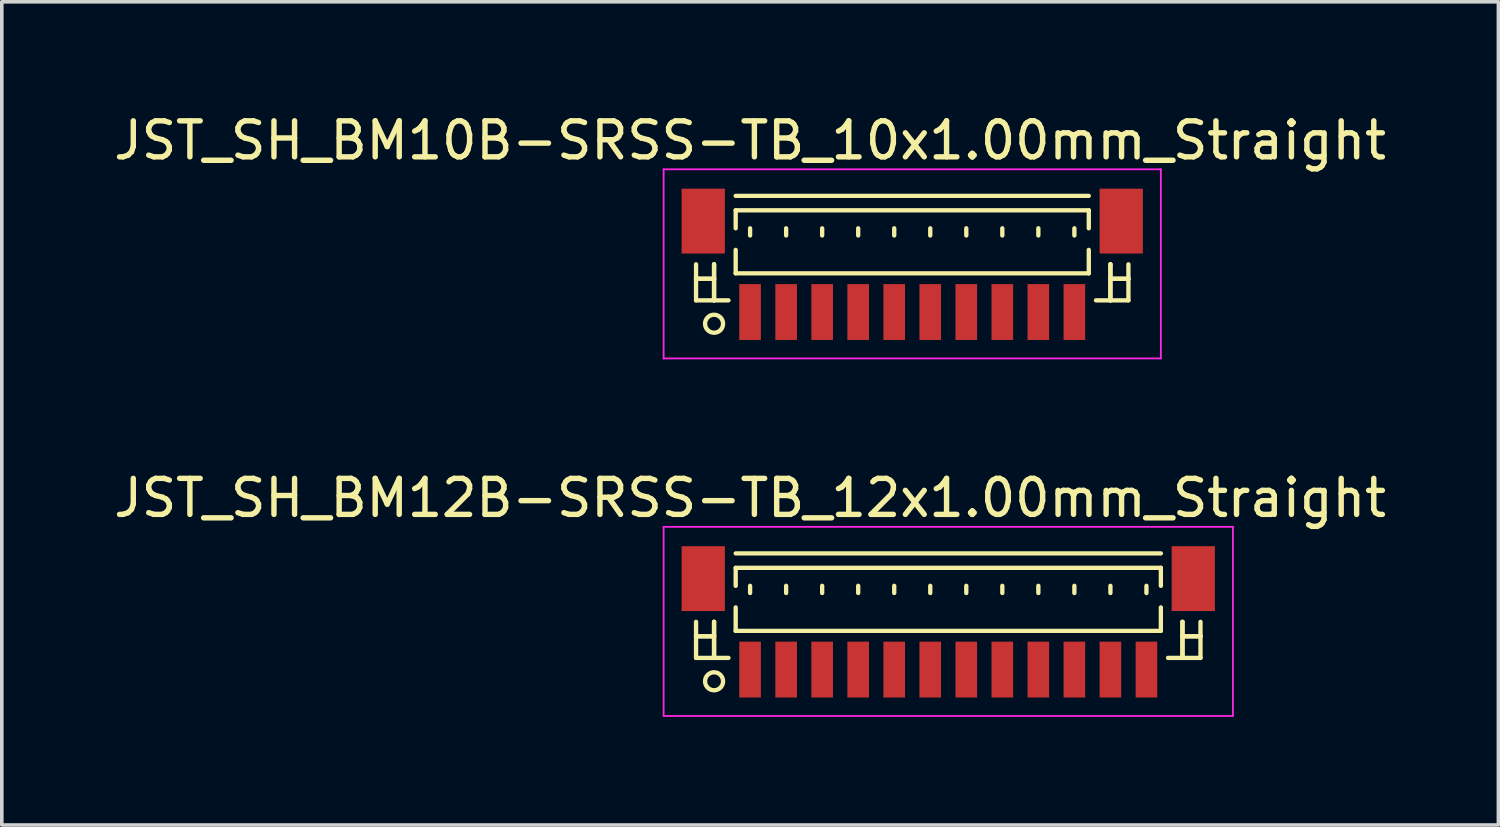
<source format=kicad_pcb>
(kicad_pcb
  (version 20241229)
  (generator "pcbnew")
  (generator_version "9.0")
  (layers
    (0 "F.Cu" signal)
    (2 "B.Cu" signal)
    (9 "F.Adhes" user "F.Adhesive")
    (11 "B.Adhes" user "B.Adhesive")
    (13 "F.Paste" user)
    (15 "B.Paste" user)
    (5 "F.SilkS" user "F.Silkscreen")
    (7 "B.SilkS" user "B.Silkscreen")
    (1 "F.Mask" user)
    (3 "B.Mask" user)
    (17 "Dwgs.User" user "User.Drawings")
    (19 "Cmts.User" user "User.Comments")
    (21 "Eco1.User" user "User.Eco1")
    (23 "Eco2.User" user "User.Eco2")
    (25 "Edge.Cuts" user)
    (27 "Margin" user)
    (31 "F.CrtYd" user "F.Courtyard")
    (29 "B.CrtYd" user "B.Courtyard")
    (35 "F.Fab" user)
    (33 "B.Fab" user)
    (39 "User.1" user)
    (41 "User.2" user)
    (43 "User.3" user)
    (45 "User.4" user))
  (footprint "JST_SH_BM12B-SRSS-TB_12x1.00mm_Straight"
    (layer "F.Cu")
    (at 23.268 14.271)
    (property "Reference" "JST_SH_BM12B-SRSS-TB_12x1.00mm_Straight" (at -5.5 -3.5 0) (layer "F.SilkS") (effects (font (size 1 1) (thickness 0.15))))
    (attr smd)
    (fp_line (start -7 -0.062) (end -7 0.938) (stroke (width 0.12) (type solid)) (layer "F.SilkS"))
    (fp_line (start -7 0.338) (end -7 0.338) (stroke (width 0.12) (type solid)) (layer "F.SilkS"))
    (fp_line (start -7 0.338) (end -6.5 0.338) (stroke (width 0.12) (type solid)) (layer "F.SilkS"))
    (fp_line (start -7 0.938) (end -6.1 0.938) (stroke (width 0.12) (type solid)) (layer "F.SilkS"))
    (fp_line (start -6.5 -0.062) (end -6.5 -0.062) (stroke (width 0.12) (type solid)) (layer "F.SilkS"))
    (fp_line (start -6.5 -0.062) (end -6.5 0.938) (stroke (width 0.12) (type solid)) (layer "F.SilkS"))
    (fp_line (start -6.5 0.338) (end -7 0.338) (stroke (width 0.12) (type solid)) (layer "F.SilkS"))
    (fp_line (start -6.5 0.338) (end -6.5 0.338) (stroke (width 0.12) (type solid)) (layer "F.SilkS"))
    (fp_line (start -6.5 0.938) (end -6.5 -0.062) (stroke (width 0.12) (type solid)) (layer "F.SilkS"))
    (fp_line (start -6.5 0.938) (end -6.5 0.938) (stroke (width 0.12) (type solid)) (layer "F.SilkS"))
    (fp_line (start -5.9 -1.962) (end 5.9 -1.962) (stroke (width 0.12) (type solid)) (layer "F.SilkS"))
    (fp_line (start -5.9 -1.562) (end 5.9 -1.562) (stroke (width 0.12) (type solid)) (layer "F.SilkS"))
    (fp_line (start -5.9 -1.062) (end -5.9 -1.562) (stroke (width 0.12) (type solid)) (layer "F.SilkS"))
    (fp_line (start -5.9 -0.463) (end -5.9 0.188) (stroke (width 0.12) (type solid)) (layer "F.SilkS"))
    (fp_line (start -5.9 0.188) (end 5.9 0.188) (stroke (width 0.12) (type solid)) (layer "F.SilkS"))
    (fp_line (start -5.5 -1.062) (end -5.5 -0.863) (stroke (width 0.12) (type solid)) (layer "F.SilkS"))
    (fp_line (start -4.5 -1.062) (end -4.5 -0.863) (stroke (width 0.12) (type solid)) (layer "F.SilkS"))
    (fp_line (start -3.5 -1.062) (end -3.5 -0.863) (stroke (width 0.12) (type solid)) (layer "F.SilkS"))
    (fp_line (start -2.5 -1.062) (end -2.5 -0.863) (stroke (width 0.12) (type solid)) (layer "F.SilkS"))
    (fp_line (start -1.5 -1.062) (end -1.5 -0.863) (stroke (width 0.12) (type solid)) (layer "F.SilkS"))
    (fp_line (start -0.5 -1.062) (end -0.5 -0.863) (stroke (width 0.12) (type solid)) (layer "F.SilkS"))
    (fp_line (start 0.5 -1.062) (end 0.5 -0.863) (stroke (width 0.12) (type solid)) (layer "F.SilkS"))
    (fp_line (start 1.5 -1.062) (end 1.5 -0.863) (stroke (width 0.12) (type solid)) (layer "F.SilkS"))
    (fp_line (start 2.5 -1.062) (end 2.5 -0.863) (stroke (width 0.12) (type solid)) (layer "F.SilkS"))
    (fp_line (start 3.5 -1.062) (end 3.5 -0.863) (stroke (width 0.12) (type solid)) (layer "F.SilkS"))
    (fp_line (start 4.5 -1.062) (end 4.5 -0.863) (stroke (width 0.12) (type solid)) (layer "F.SilkS"))
    (fp_line (start 5.5 -1.062) (end 5.5 -0.863) (stroke (width 0.12) (type solid)) (layer "F.SilkS"))
    (fp_line (start 5.9 -1.562) (end 5.9 -1.062) (stroke (width 0.12) (type solid)) (layer "F.SilkS"))
    (fp_line (start 5.9 0.188) (end 5.9 -0.463) (stroke (width 0.12) (type solid)) (layer "F.SilkS"))
    (fp_line (start 6.5 -0.062) (end 6.5 -0.062) (stroke (width 0.12) (type solid)) (layer "F.SilkS"))
    (fp_line (start 6.5 -0.062) (end 6.5 0.938) (stroke (width 0.12) (type solid)) (layer "F.SilkS"))
    (fp_line (start 6.5 0.338) (end 6.5 0.338) (stroke (width 0.12) (type solid)) (layer "F.SilkS"))
    (fp_line (start 6.5 0.338) (end 7 0.338) (stroke (width 0.12) (type solid)) (layer "F.SilkS"))
    (fp_line (start 6.5 0.938) (end 6.5 -0.062) (stroke (width 0.12) (type solid)) (layer "F.SilkS"))
    (fp_line (start 6.5 0.938) (end 6.5 0.938) (stroke (width 0.12) (type solid)) (layer "F.SilkS"))
    (fp_line (start 7 -0.062) (end 7 0.938) (stroke (width 0.12) (type solid)) (layer "F.SilkS"))
    (fp_line (start 7 0.338) (end 6.5 0.338) (stroke (width 0.12) (type solid)) (layer "F.SilkS"))
    (fp_line (start 7 0.338) (end 7 0.338) (stroke (width 0.12) (type solid)) (layer "F.SilkS"))
    (fp_line (start 7 0.938) (end 6.1 0.938) (stroke (width 0.12) (type solid)) (layer "F.SilkS"))
    (fp_circle (center -6.5 1.587) (end -6.25 1.587) (stroke (width 0.12) (type solid)) (fill no) (layer "F.SilkS"))
    (fp_line (start -7.9 -2.7) (end 7.9 -2.7) (stroke (width 0.05) (type solid)) (layer "F.CrtYd"))
    (fp_line (start -7.9 2.55) (end -7.9 -2.7) (stroke (width 0.05) (type solid)) (layer "F.CrtYd"))
    (fp_line (start 7.9 -2.7) (end 7.9 2.55) (stroke (width 0.05) (type solid)) (layer "F.CrtYd"))
    (fp_line (start 7.9 2.55) (end -7.9 2.55) (stroke (width 0.05) (type solid)) (layer "F.CrtYd"))
    (pad "" smd rect (at -6.8 -1.262) (size 1.2 1.8) (layers "F.Cu" "F.Mask" "F.Paste"))
    (pad "" smd rect (at 6.8 -1.262) (size 1.2 1.8) (layers "F.Cu" "F.Mask" "F.Paste"))
    (pad "1" smd rect (at -5.5 1.262) (size 0.6 1.55) (layers "F.Cu" "F.Mask" "F.Paste"))
    (pad "2" smd rect (at -4.5 1.262) (size 0.6 1.55) (layers "F.Cu" "F.Mask" "F.Paste"))
    (pad "3" smd rect (at -3.5 1.262) (size 0.6 1.55) (layers "F.Cu" "F.Mask" "F.Paste"))
    (pad "4" smd rect (at -2.5 1.262) (size 0.6 1.55) (layers "F.Cu" "F.Mask" "F.Paste"))
    (pad "5" smd rect (at -1.5 1.262) (size 0.6 1.55) (layers "F.Cu" "F.Mask" "F.Paste"))
    (pad "6" smd rect (at -0.5 1.262) (size 0.6 1.55) (layers "F.Cu" "F.Mask" "F.Paste"))
    (pad "7" smd rect (at 0.5 1.262) (size 0.6 1.55) (layers "F.Cu" "F.Mask" "F.Paste"))
    (pad "8" smd rect (at 1.5 1.262) (size 0.6 1.55) (layers "F.Cu" "F.Mask" "F.Paste"))
    (pad "9" smd rect (at 2.5 1.262) (size 0.6 1.55) (layers "F.Cu" "F.Mask" "F.Paste"))
    (pad "10" smd rect (at 3.5 1.262) (size 0.6 1.55) (layers "F.Cu" "F.Mask" "F.Paste"))
    (pad "11" smd rect (at 4.5 1.262) (size 0.6 1.55) (layers "F.Cu" "F.Mask" "F.Paste"))
    (pad "12" smd rect (at 5.5 1.262) (size 0.6 1.55) (layers "F.Cu" "F.Mask" "F.Paste")))
  (footprint "JST_SH_BM10B-SRSS-TB_10x1.00mm_Straight"
    (layer "F.Cu")
    (at 22.268 4.348)
    (property "Reference" "JST_SH_BM10B-SRSS-TB_10x1.00mm_Straight" (at -4.5 -3.5 0) (layer "F.SilkS") (effects (font (size 1 1) (thickness 0.15))))
    (attr smd)
    (fp_line (start -6 -0.062) (end -6 0.938) (stroke (width 0.12) (type solid)) (layer "F.SilkS"))
    (fp_line (start -6 0.338) (end -6 0.338) (stroke (width 0.12) (type solid)) (layer "F.SilkS"))
    (fp_line (start -6 0.338) (end -5.5 0.338) (stroke (width 0.12) (type solid)) (layer "F.SilkS"))
    (fp_line (start -6 0.938) (end -5.1 0.938) (stroke (width 0.12) (type solid)) (layer "F.SilkS"))
    (fp_line (start -5.5 -0.062) (end -5.5 -0.062) (stroke (width 0.12) (type solid)) (layer "F.SilkS"))
    (fp_line (start -5.5 -0.062) (end -5.5 0.938) (stroke (width 0.12) (type solid)) (layer "F.SilkS"))
    (fp_line (start -5.5 0.338) (end -6 0.338) (stroke (width 0.12) (type solid)) (layer "F.SilkS"))
    (fp_line (start -5.5 0.338) (end -5.5 0.338) (stroke (width 0.12) (type solid)) (layer "F.SilkS"))
    (fp_line (start -5.5 0.938) (end -5.5 -0.062) (stroke (width 0.12) (type solid)) (layer "F.SilkS"))
    (fp_line (start -5.5 0.938) (end -5.5 0.938) (stroke (width 0.12) (type solid)) (layer "F.SilkS"))
    (fp_line (start -4.9 -1.962) (end 4.9 -1.962) (stroke (width 0.12) (type solid)) (layer "F.SilkS"))
    (fp_line (start -4.9 -1.562) (end 4.9 -1.562) (stroke (width 0.12) (type solid)) (layer "F.SilkS"))
    (fp_line (start -4.9 -1.062) (end -4.9 -1.562) (stroke (width 0.12) (type solid)) (layer "F.SilkS"))
    (fp_line (start -4.9 -0.463) (end -4.9 0.188) (stroke (width 0.12) (type solid)) (layer "F.SilkS"))
    (fp_line (start -4.9 0.188) (end 4.9 0.188) (stroke (width 0.12) (type solid)) (layer "F.SilkS"))
    (fp_line (start -4.5 -1.062) (end -4.5 -0.863) (stroke (width 0.12) (type solid)) (layer "F.SilkS"))
    (fp_line (start -3.5 -1.062) (end -3.5 -0.863) (stroke (width 0.12) (type solid)) (layer "F.SilkS"))
    (fp_line (start -2.5 -1.062) (end -2.5 -0.863) (stroke (width 0.12) (type solid)) (layer "F.SilkS"))
    (fp_line (start -1.5 -1.062) (end -1.5 -0.863) (stroke (width 0.12) (type solid)) (layer "F.SilkS"))
    (fp_line (start -0.5 -1.062) (end -0.5 -0.863) (stroke (width 0.12) (type solid)) (layer "F.SilkS"))
    (fp_line (start 0.5 -1.062) (end 0.5 -0.863) (stroke (width 0.12) (type solid)) (layer "F.SilkS"))
    (fp_line (start 1.5 -1.062) (end 1.5 -0.863) (stroke (width 0.12) (type solid)) (layer "F.SilkS"))
    (fp_line (start 2.5 -1.062) (end 2.5 -0.863) (stroke (width 0.12) (type solid)) (layer "F.SilkS"))
    (fp_line (start 3.5 -1.062) (end 3.5 -0.863) (stroke (width 0.12) (type solid)) (layer "F.SilkS"))
    (fp_line (start 4.5 -1.062) (end 4.5 -0.863) (stroke (width 0.12) (type solid)) (layer "F.SilkS"))
    (fp_line (start 4.9 -1.562) (end 4.9 -1.062) (stroke (width 0.12) (type solid)) (layer "F.SilkS"))
    (fp_line (start 4.9 0.188) (end 4.9 -0.463) (stroke (width 0.12) (type solid)) (layer "F.SilkS"))
    (fp_line (start 5.5 -0.062) (end 5.5 -0.062) (stroke (width 0.12) (type solid)) (layer "F.SilkS"))
    (fp_line (start 5.5 -0.062) (end 5.5 0.938) (stroke (width 0.12) (type solid)) (layer "F.SilkS"))
    (fp_line (start 5.5 0.338) (end 5.5 0.338) (stroke (width 0.12) (type solid)) (layer "F.SilkS"))
    (fp_line (start 5.5 0.338) (end 6 0.338) (stroke (width 0.12) (type solid)) (layer "F.SilkS"))
    (fp_line (start 5.5 0.938) (end 5.5 -0.062) (stroke (width 0.12) (type solid)) (layer "F.SilkS"))
    (fp_line (start 5.5 0.938) (end 5.5 0.938) (stroke (width 0.12) (type solid)) (layer "F.SilkS"))
    (fp_line (start 6 -0.062) (end 6 0.938) (stroke (width 0.12) (type solid)) (layer "F.SilkS"))
    (fp_line (start 6 0.338) (end 5.5 0.338) (stroke (width 0.12) (type solid)) (layer "F.SilkS"))
    (fp_line (start 6 0.338) (end 6 0.338) (stroke (width 0.12) (type solid)) (layer "F.SilkS"))
    (fp_line (start 6 0.938) (end 5.1 0.938) (stroke (width 0.12) (type solid)) (layer "F.SilkS"))
    (fp_circle (center -5.5 1.587) (end -5.25 1.587) (stroke (width 0.12) (type solid)) (fill no) (layer "F.SilkS"))
    (fp_line (start -6.9 -2.7) (end 6.9 -2.7) (stroke (width 0.05) (type solid)) (layer "F.CrtYd"))
    (fp_line (start -6.9 2.55) (end -6.9 -2.7) (stroke (width 0.05) (type solid)) (layer "F.CrtYd"))
    (fp_line (start 6.9 -2.7) (end 6.9 2.55) (stroke (width 0.05) (type solid)) (layer "F.CrtYd"))
    (fp_line (start 6.9 2.55) (end -6.9 2.55) (stroke (width 0.05) (type solid)) (layer "F.CrtYd"))
    (pad "" smd rect (at -5.8 -1.262) (size 1.2 1.8) (layers "F.Cu" "F.Mask" "F.Paste"))
    (pad "" smd rect (at 5.8 -1.262) (size 1.2 1.8) (layers "F.Cu" "F.Mask" "F.Paste"))
    (pad "1" smd rect (at -4.5 1.262) (size 0.6 1.55) (layers "F.Cu" "F.Mask" "F.Paste"))
    (pad "2" smd rect (at -3.5 1.262) (size 0.6 1.55) (layers "F.Cu" "F.Mask" "F.Paste"))
    (pad "3" smd rect (at -2.5 1.262) (size 0.6 1.55) (layers "F.Cu" "F.Mask" "F.Paste"))
    (pad "4" smd rect (at -1.5 1.262) (size 0.6 1.55) (layers "F.Cu" "F.Mask" "F.Paste"))
    (pad "5" smd rect (at -0.5 1.262) (size 0.6 1.55) (layers "F.Cu" "F.Mask" "F.Paste"))
    (pad "6" smd rect (at 0.5 1.262) (size 0.6 1.55) (layers "F.Cu" "F.Mask" "F.Paste"))
    (pad "7" smd rect (at 1.5 1.262) (size 0.6 1.55) (layers "F.Cu" "F.Mask" "F.Paste"))
    (pad "8" smd rect (at 2.5 1.262) (size 0.6 1.55) (layers "F.Cu" "F.Mask" "F.Paste"))
    (pad "9" smd rect (at 3.5 1.262) (size 0.6 1.55) (layers "F.Cu" "F.Mask" "F.Paste"))
    (pad "10" smd rect (at 4.5 1.262) (size 0.6 1.55) (layers "F.Cu" "F.Mask" "F.Paste")))
  (gr_rect
    (start -3 -3)
    (end 38.536 19.846)
    (stroke (width 0.1) (type default))
    (fill no)
    (layer "Edge.Cuts")))
</source>
